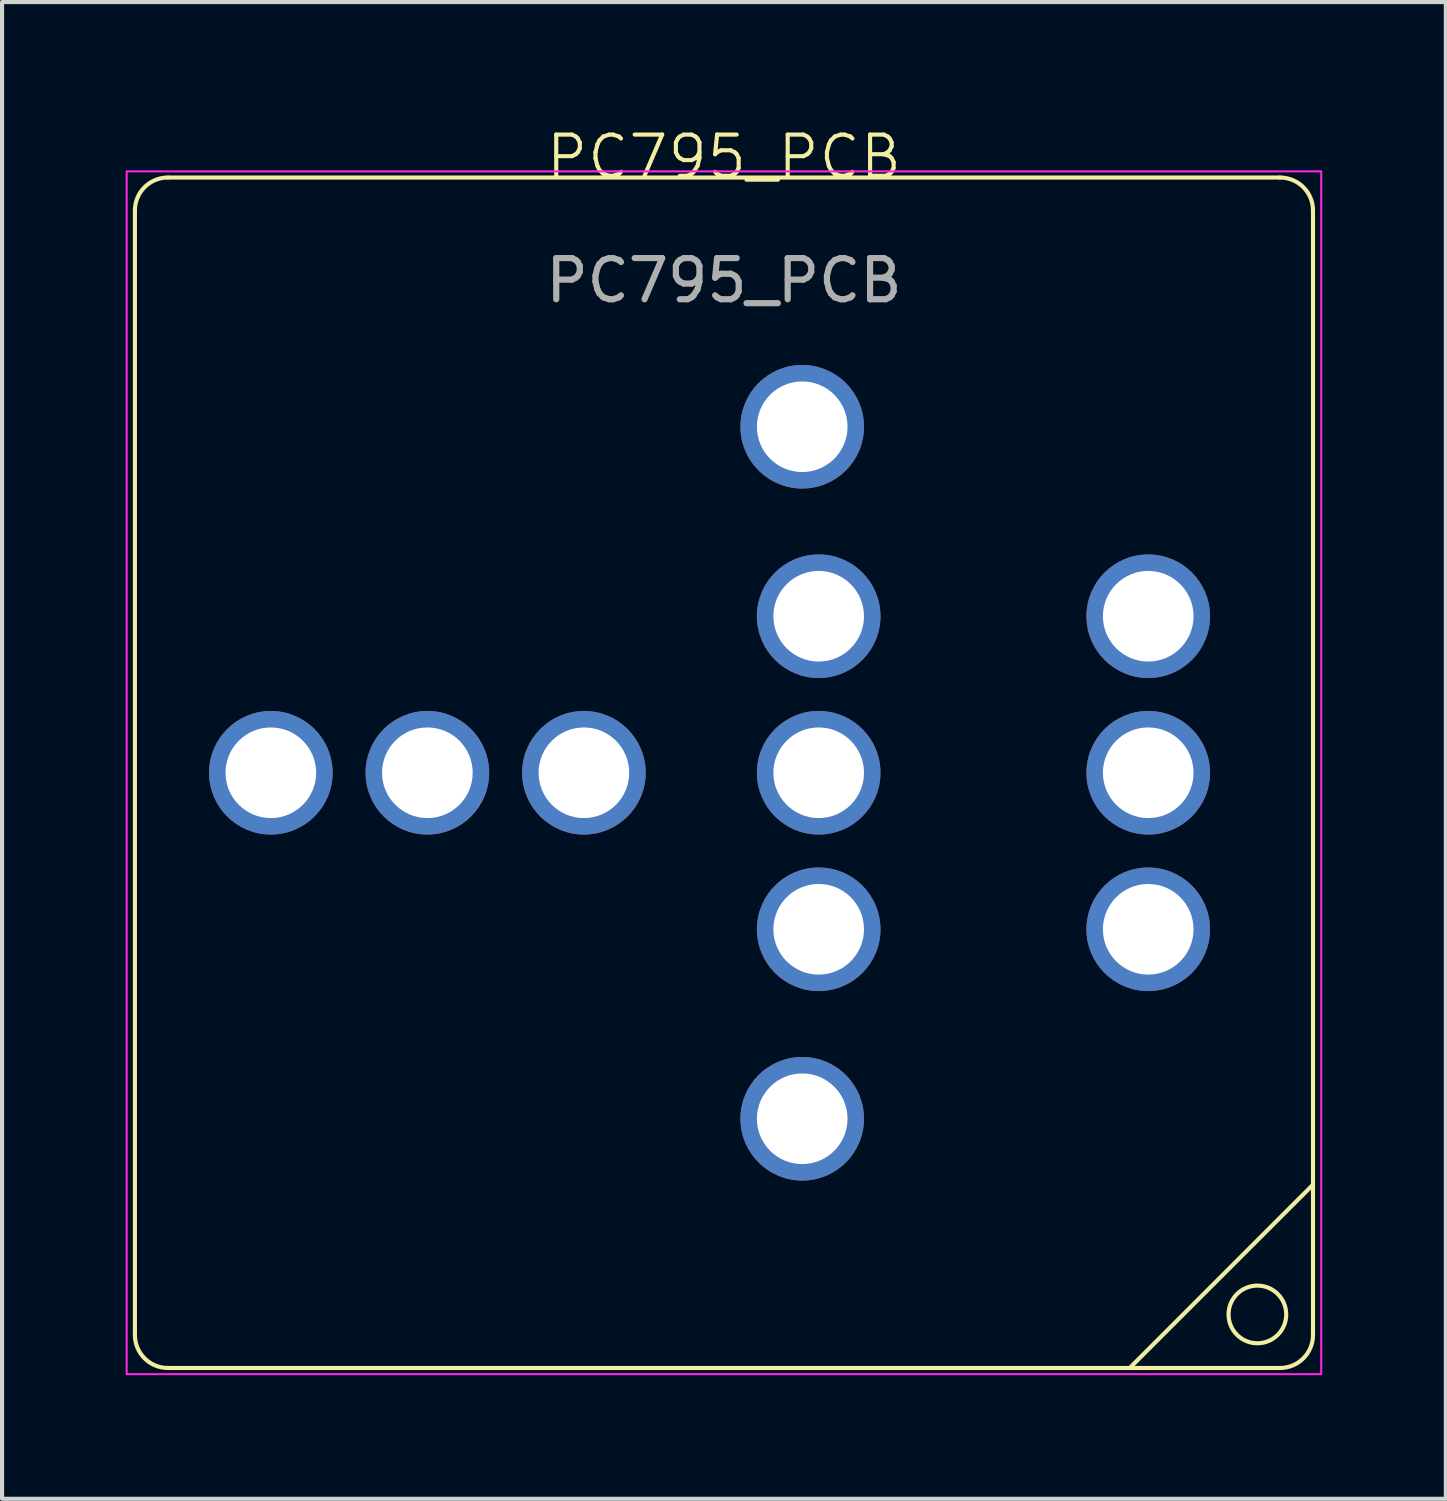
<source format=kicad_pcb>
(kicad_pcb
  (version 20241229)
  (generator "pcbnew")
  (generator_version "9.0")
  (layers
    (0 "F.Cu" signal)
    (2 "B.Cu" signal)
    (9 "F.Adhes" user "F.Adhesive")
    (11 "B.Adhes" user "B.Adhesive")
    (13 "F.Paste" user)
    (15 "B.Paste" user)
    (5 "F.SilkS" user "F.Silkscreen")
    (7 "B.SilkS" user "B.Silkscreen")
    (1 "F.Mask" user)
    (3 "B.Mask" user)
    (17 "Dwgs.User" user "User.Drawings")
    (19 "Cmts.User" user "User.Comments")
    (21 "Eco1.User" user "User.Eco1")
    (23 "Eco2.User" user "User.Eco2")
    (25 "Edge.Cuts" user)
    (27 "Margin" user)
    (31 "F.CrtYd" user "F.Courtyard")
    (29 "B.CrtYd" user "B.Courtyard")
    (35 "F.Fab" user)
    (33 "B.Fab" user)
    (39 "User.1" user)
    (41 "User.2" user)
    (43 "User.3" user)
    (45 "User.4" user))
  (footprint "PC795_PCB"
    (layer "F.Cu")
    (at 14.525 15.71)
    (property "Reference" "PC795_PCB" (at 0 -14.95 0) (unlocked yes) (layer "F.SilkS") (effects (font (size 1 1) (thickness 0.1))))
    (attr smd)
    (fp_line (start -14.3 -13.65) (end -14.3 13.65) (stroke (width 0.1) (type default)) (layer "F.SilkS"))
    (fp_line (start -13.5 14.45) (end 13.5 14.45) (stroke (width 0.1) (type default)) (layer "F.SilkS"))
    (fp_line (start 13.5 -14.45) (end -13.5 -14.45) (stroke (width 0.1) (type default)) (layer "F.SilkS"))
    (fp_line (start 14.3 10) (end 9.85 14.45) (stroke (width 0.1) (type default)) (layer "F.SilkS"))
    (fp_line (start 14.3 13.65) (end 14.3 -13.65) (stroke (width 0.1) (type default)) (layer "F.SilkS"))
    (fp_arc (start -14.3 -13.65) (mid -14.065685 -14.215685) (end -13.5 -14.45) (stroke (width 0.1) (type default)) (layer "F.SilkS"))
    (fp_arc (start -13.5 14.45) (mid -14.065685 14.215685) (end -14.3 13.65) (stroke (width 0.1) (type default)) (layer "F.SilkS"))
    (fp_arc (start 13.5 -14.45) (mid 14.065685 -14.215685) (end 14.3 -13.65) (stroke (width 0.1) (type default)) (layer "F.SilkS"))
    (fp_arc (start 14.3 13.65) (mid 14.065685 14.215685) (end 13.5 14.45) (stroke (width 0.1) (type default)) (layer "F.SilkS"))
    (fp_circle (center 12.95 13.15) (end 12.25 13.15) (stroke (width 0.1) (type default)) (fill no) (layer "F.SilkS"))
    (fp_rect (start -14.5 -14.6) (end 14.5 14.6) (stroke (width 0.05) (type default)) (fill no) (layer "F.CrtYd"))
    (fp_text user "${REFERENCE}" (at 0 -11.95 0) (unlocked yes) (layer "F.Fab") (effects (font (size 1 1) (thickness 0.15))))
    (pad "1" thru_hole circle (at -11 0) (size 3 3) (drill 2.2) (layers "*.Cu" "*.Mask"))
    (pad "1" thru_hole circle (at -7.2 0) (size 3 3) (drill 2.2) (layers "*.Cu" "*.Mask"))
    (pad "1" thru_hole circle (at -3.4 0) (size 3 3) (drill 2.2) (layers "*.Cu" "*.Mask"))
    (pad "2" thru_hole circle (at 1.9 8.4 90) (size 3 3) (drill 2.2) (layers "*.Cu" "*.Mask"))
    (pad "3" thru_hole circle (at 1.9 -8.4 90) (size 3 3) (drill 2.2) (layers "*.Cu" "*.Mask"))
    (pad "4" thru_hole circle (at 10.3 -3.8 270) (size 3 3) (drill 2.2) (layers "*.Cu" "*.Mask"))
    (pad "4" thru_hole circle (at 10.3 0 90) (size 3 3) (drill 2.2) (layers "*.Cu" "*.Mask"))
    (pad "4" thru_hole circle (at 10.3 3.8 90) (size 3 3) (drill 2.2) (layers "*.Cu" "*.Mask"))
    (pad "5" thru_hole circle (at 2.3 -3.8 90) (size 3 3) (drill 2.2) (layers "*.Cu" "*.Mask"))
    (pad "5" thru_hole circle (at 2.3 0 90) (size 3 3) (drill 2.2) (layers "*.Cu" "*.Mask"))
    (pad "5" thru_hole circle (at 2.3 3.8 90) (size 3 3) (drill 2.2) (layers "*.Cu" "*.Mask")))
  (gr_rect
    (start -3 -3)
    (end 32.05 33.336)
    (stroke (width 0.1) (type default))
    (fill no)
    (layer "Edge.Cuts")))
</source>
